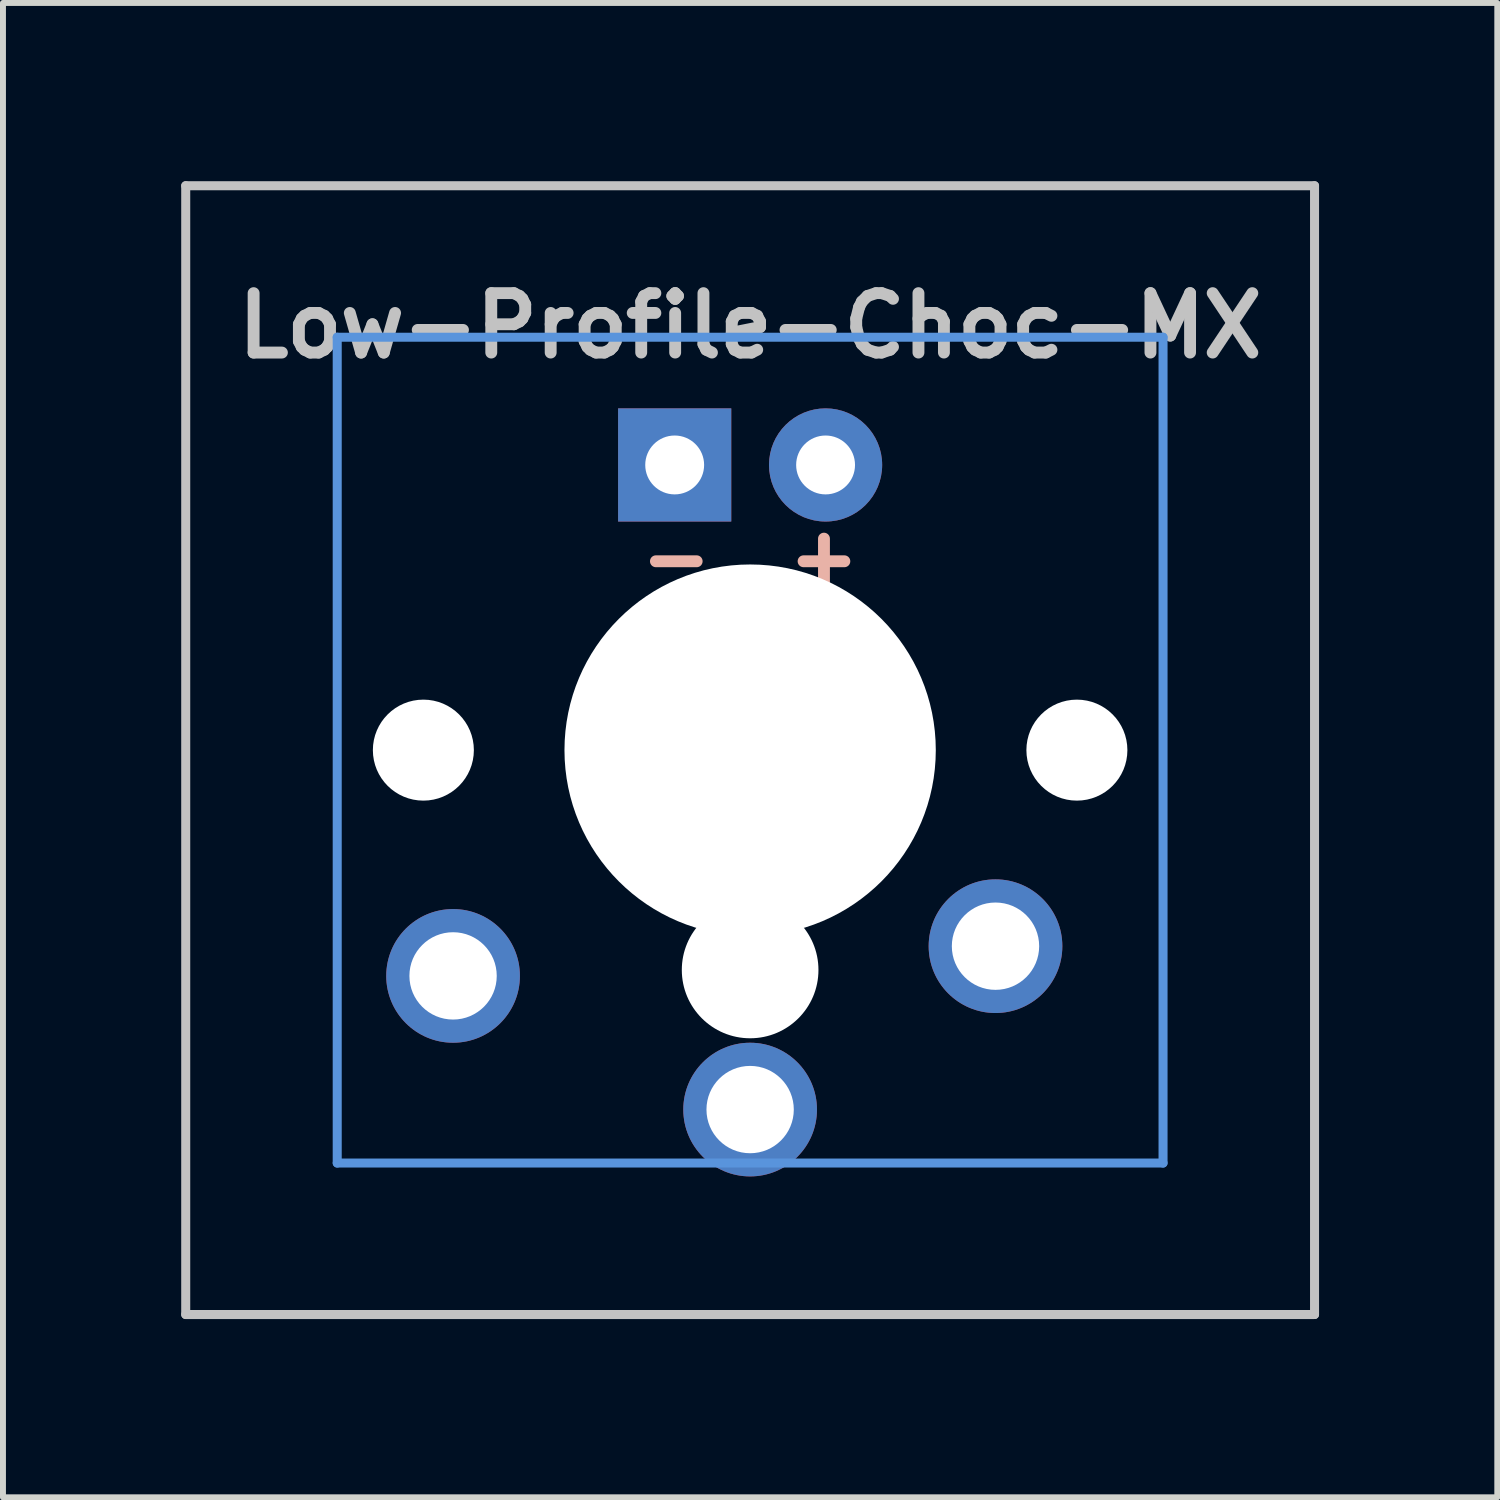
<source format=kicad_pcb>
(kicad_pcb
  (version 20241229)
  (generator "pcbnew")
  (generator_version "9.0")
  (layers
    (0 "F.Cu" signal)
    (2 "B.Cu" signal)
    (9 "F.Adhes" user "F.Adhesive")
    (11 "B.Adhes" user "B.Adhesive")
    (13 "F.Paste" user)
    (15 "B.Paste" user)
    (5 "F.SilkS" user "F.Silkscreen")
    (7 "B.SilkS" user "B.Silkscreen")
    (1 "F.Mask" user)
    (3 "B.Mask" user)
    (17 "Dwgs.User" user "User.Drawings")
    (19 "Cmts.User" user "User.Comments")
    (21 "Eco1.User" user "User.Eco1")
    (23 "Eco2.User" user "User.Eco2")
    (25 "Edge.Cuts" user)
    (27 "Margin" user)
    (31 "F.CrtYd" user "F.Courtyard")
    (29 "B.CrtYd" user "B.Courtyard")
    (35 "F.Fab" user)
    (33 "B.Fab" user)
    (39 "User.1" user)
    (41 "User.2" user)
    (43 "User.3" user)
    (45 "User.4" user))
  (footprint "Low-Profile-Choc-MX"
    (layer "F.Cu")
    (at 9.576 9.576)
    (property "Reference" "Low-Profile-Choc-MX" (at 0 -7.144 180) (layer "Dwgs.User") (effects (font (size 1 1) (thickness 0.2))))
    (attr through_hole)
    (fp_line (start -9.5 -9.5) (end 9.5 -9.5) (stroke (width 0.152) (type solid)) (layer "Dwgs.User"))
    (fp_line (start -9.5 9.5) (end -9.5 -9.5) (stroke (width 0.152) (type solid)) (layer "Dwgs.User"))
    (fp_line (start 9.5 -9.5) (end 9.5 9.5) (stroke (width 0.152) (type solid)) (layer "Dwgs.User"))
    (fp_line (start 9.5 9.5) (end -9.5 9.5) (stroke (width 0.152) (type solid)) (layer "Dwgs.User"))
    (fp_line (start -6.95 -6.95) (end 6.95 -6.95) (stroke (width 0.152) (type solid)) (layer "Cmts.User"))
    (fp_line (start -6.95 6.95) (end -6.95 -6.95) (stroke (width 0.152) (type solid)) (layer "Cmts.User"))
    (fp_line (start 6.95 -6.95) (end 6.95 6.95) (stroke (width 0.152) (type solid)) (layer "Cmts.User"))
    (fp_line (start 6.95 6.95) (end -6.95 6.95) (stroke (width 0.152) (type solid)) (layer "Cmts.User"))
    (fp_line (start -7.5 -7.5) (end 7.5 -7.5) (stroke (width 0.152) (type solid)) (layer "Eco2.User"))
    (fp_line (start -7.5 7.5) (end -7.5 -7.5) (stroke (width 0.152) (type solid)) (layer "Eco2.User"))
    (fp_line (start 7.5 -7.5) (end 7.5 7.5) (stroke (width 0.152) (type solid)) (layer "Eco2.User"))
    (fp_line (start 7.5 7.5) (end -7.5 7.5) (stroke (width 0.152) (type solid)) (layer "Eco2.User"))
    (fp_text user "-  +" (at 0 -3.25 0) (layer "B.SilkS") (effects (font (size 1 0.9) (thickness 0.2))))
    (pad "" np_thru_hole circle (at -5.5 0 41.9) (size 1.7 1.7) (drill 1.7) (layers "*.Cu" "*.Mask"))
    (pad "" np_thru_hole circle (at 0 0 180) (size 6.25 6.25) (drill 6.25) (layers "*.Cu" "*.Mask"))
    (pad "" np_thru_hole circle (at 0 3.7 180) (size 2.3 2.3) (drill 2.3) (layers "*.Cu" "*.Mask"))
    (pad "" np_thru_hole circle (at 5.5 0 41.9) (size 1.7 1.7) (drill 1.7) (layers "*.Cu" "*.Mask"))
    (pad "1" thru_hole circle (at 0 6.05 180) (size 2.25 2.25) (drill 1.47) (layers "*.Cu" "*.Mask"))
    (pad "2" thru_hole circle (at -5 3.8 41.9) (size 2.25 2.25) (drill 1.47) (layers "*.Cu" "*.Mask"))
    (pad "2" thru_hole circle (at 4.13 3.3 41.9) (size 2.25 2.25) (drill 1.47) (layers "*.Cu" "*.Mask"))
    (pad "3" thru_hole circle (at 1.27 -4.8) (size 1.905 1.905) (drill 0.991) (layers "*.Cu" "*.Mask"))
    (pad "4" thru_hole rect (at -1.27 -4.8) (size 1.905 1.905) (drill 0.991) (layers "*.Cu" "*.Mask")))
  (gr_rect
    (start -3 -3)
    (end 22.152 22.152)
    (stroke (width 0.1) (type default))
    (fill no)
    (layer "Edge.Cuts")))
</source>
